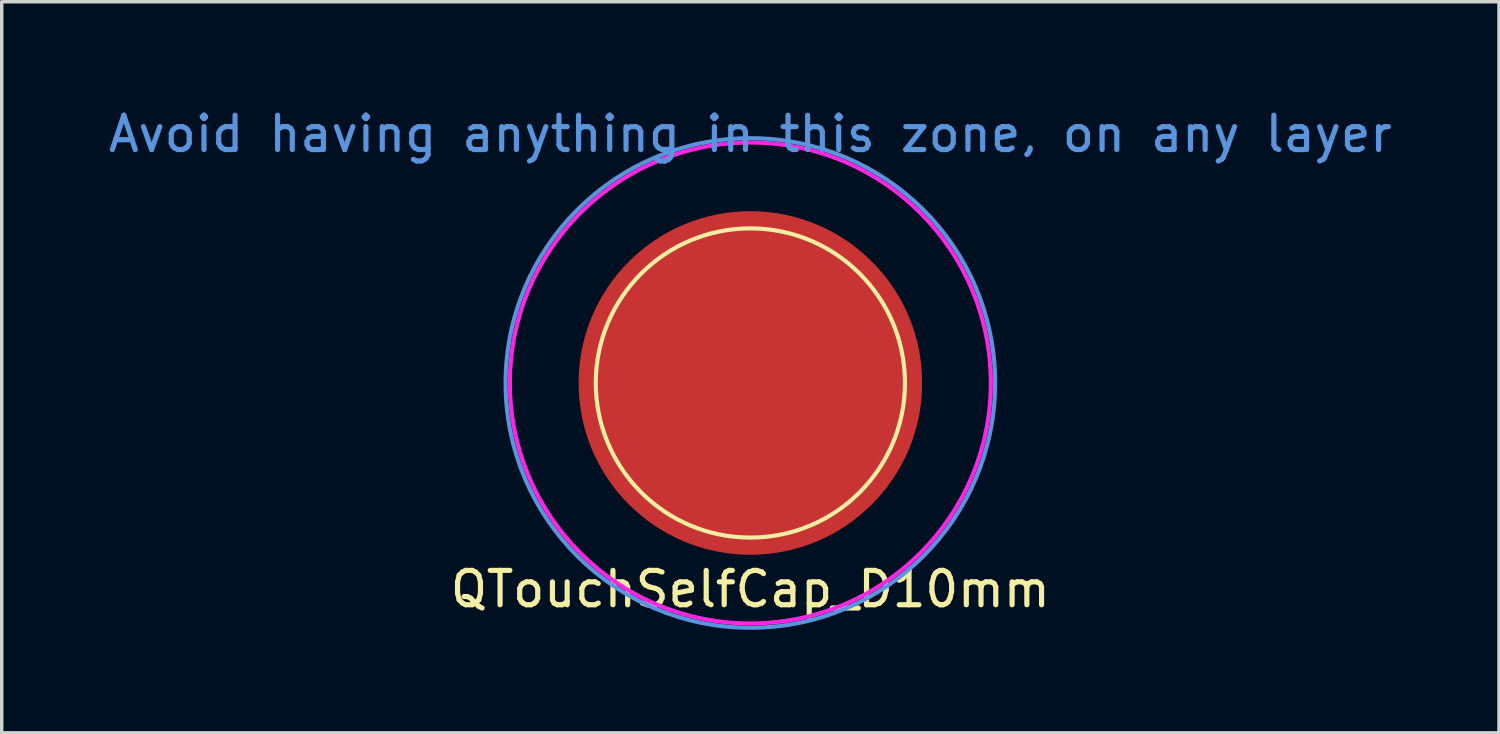
<source format=kicad_pcb>
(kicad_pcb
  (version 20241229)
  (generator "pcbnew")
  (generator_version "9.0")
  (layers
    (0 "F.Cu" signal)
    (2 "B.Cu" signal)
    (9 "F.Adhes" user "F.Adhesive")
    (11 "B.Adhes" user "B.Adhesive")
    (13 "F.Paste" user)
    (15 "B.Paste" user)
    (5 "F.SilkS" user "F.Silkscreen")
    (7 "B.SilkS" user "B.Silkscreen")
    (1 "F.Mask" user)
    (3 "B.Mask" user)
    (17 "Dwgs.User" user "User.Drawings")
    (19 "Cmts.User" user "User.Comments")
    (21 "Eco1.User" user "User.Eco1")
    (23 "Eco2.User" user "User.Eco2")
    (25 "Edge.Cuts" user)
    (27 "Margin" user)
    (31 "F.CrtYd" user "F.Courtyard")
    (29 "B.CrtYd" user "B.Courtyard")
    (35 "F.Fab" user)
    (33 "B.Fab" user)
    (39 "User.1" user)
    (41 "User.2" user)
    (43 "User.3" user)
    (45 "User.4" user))
  (footprint "QTouchSelfCap_D10mm"
    (layer "F.Cu")
    (at 18.792 8.098)
    (property "Reference" "QTouchSelfCap_D10mm" (at 0 6 0) (layer "F.SilkS") (effects (font (size 1 1) (thickness 0.15))))
    (attr exclude_from_pos_files exclude_from_bom)
    (fp_circle (center 0 0) (end 4.5 0) (stroke (width 0.12) (type solid)) (fill no) (layer "F.SilkS"))
    (fp_circle (center 0 0) (end 7.125 0) (stroke (width 0.12) (type solid)) (fill no) (layer "Cmts.User"))
    (fp_circle (center 0 0) (end 7 0) (stroke (width 0.12) (type solid)) (fill no) (layer "F.CrtYd"))
    (fp_text user "Avoid having anything in this zone, on any layer" (at 0 -7.25 0) (layer "Cmts.User") (effects (font (size 1 1) (thickness 0.15))))
    (pad "1" smd circle (at 0 0) (size 10 10) (layers "F.Cu")))
  (gr_rect
    (start -3 -3)
    (end 40.583 18.283)
    (stroke (width 0.1) (type default))
    (fill no)
    (layer "Edge.Cuts")))
</source>
